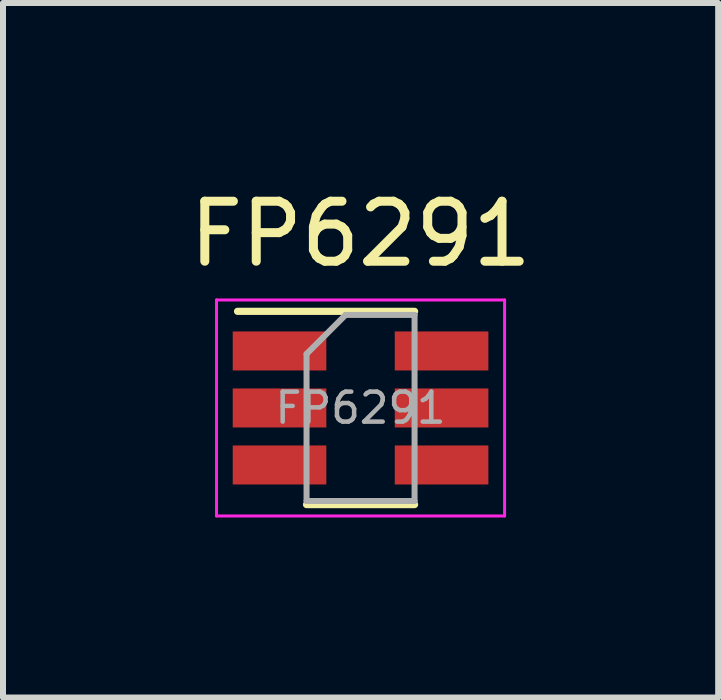
<source format=kicad_pcb>
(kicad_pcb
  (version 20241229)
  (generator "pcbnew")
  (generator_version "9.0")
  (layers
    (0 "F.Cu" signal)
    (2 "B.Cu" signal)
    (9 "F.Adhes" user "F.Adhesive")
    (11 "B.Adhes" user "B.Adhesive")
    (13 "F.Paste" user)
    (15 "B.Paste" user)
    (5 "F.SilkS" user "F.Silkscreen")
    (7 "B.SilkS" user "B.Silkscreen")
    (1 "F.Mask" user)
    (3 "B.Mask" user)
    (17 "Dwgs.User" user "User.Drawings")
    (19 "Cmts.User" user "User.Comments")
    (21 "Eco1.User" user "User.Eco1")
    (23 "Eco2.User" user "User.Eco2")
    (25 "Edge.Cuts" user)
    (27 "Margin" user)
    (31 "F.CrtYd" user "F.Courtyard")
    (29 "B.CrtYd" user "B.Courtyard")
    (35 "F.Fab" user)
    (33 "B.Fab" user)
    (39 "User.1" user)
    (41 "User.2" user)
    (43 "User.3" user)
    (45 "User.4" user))
  (footprint "FP6291"
    (layer "F.Cu")
    (at 2.958 3.748)
    (property "Reference" "FP6291" (at 0 -2.9 0) (layer "F.SilkS") (effects (font (size 1 1) (thickness 0.15))))
    (attr smd)
    (fp_line (start -0.9 1.61) (end 0.9 1.61) (stroke (width 0.12) (type solid)) (layer "F.SilkS"))
    (fp_line (start 0.9 -1.61) (end -2.05 -1.61) (stroke (width 0.12) (type solid)) (layer "F.SilkS"))
    (fp_line (start -2.4 -1.8) (end 2.4 -1.8) (stroke (width 0.05) (type solid)) (layer "F.CrtYd"))
    (fp_line (start -2.4 1.8) (end -2.4 -1.8) (stroke (width 0.05) (type solid)) (layer "F.CrtYd"))
    (fp_line (start 2.4 -1.8) (end 2.4 1.8) (stroke (width 0.05) (type solid)) (layer "F.CrtYd"))
    (fp_line (start 2.4 1.8) (end -2.4 1.8) (stroke (width 0.05) (type solid)) (layer "F.CrtYd"))
    (fp_line (start -0.9 -0.9) (end -0.9 1.55) (stroke (width 0.1) (type solid)) (layer "F.Fab"))
    (fp_line (start -0.9 -0.9) (end -0.25 -1.55) (stroke (width 0.1) (type solid)) (layer "F.Fab"))
    (fp_line (start 0.9 -1.55) (end -0.25 -1.55) (stroke (width 0.1) (type solid)) (layer "F.Fab"))
    (fp_line (start 0.9 -1.55) (end 0.9 1.55) (stroke (width 0.1) (type solid)) (layer "F.Fab"))
    (fp_line (start 0.9 1.55) (end -0.9 1.55) (stroke (width 0.1) (type solid)) (layer "F.Fab"))
    (fp_text user "${REFERENCE}" (at 0 0 0) (layer "F.Fab") (effects (font (size 0.5 0.5) (thickness 0.075))))
    (pad "1" smd rect (at -1.35 -0.95) (size 1.56 0.65) (layers "F.Cu" "F.Mask" "F.Paste"))
    (pad "2" smd rect (at -1.35 0) (size 1.56 0.65) (layers "F.Cu" "F.Mask" "F.Paste"))
    (pad "3" smd rect (at -1.35 0.95) (size 1.56 0.65) (layers "F.Cu" "F.Mask" "F.Paste"))
    (pad "4" smd rect (at 1.35 0.95) (size 1.56 0.65) (layers "F.Cu" "F.Mask" "F.Paste"))
    (pad "5" smd rect (at 1.35 0) (size 1.56 0.65) (layers "F.Cu" "F.Mask" "F.Paste"))
    (pad "6" smd rect (at 1.35 -0.95) (size 1.56 0.65) (layers "F.Cu" "F.Mask" "F.Paste")))
  (gr_rect
    (start -3 -3)
    (end 8.917 8.573)
    (stroke (width 0.1) (type default))
    (fill no)
    (layer "Edge.Cuts")))
</source>
